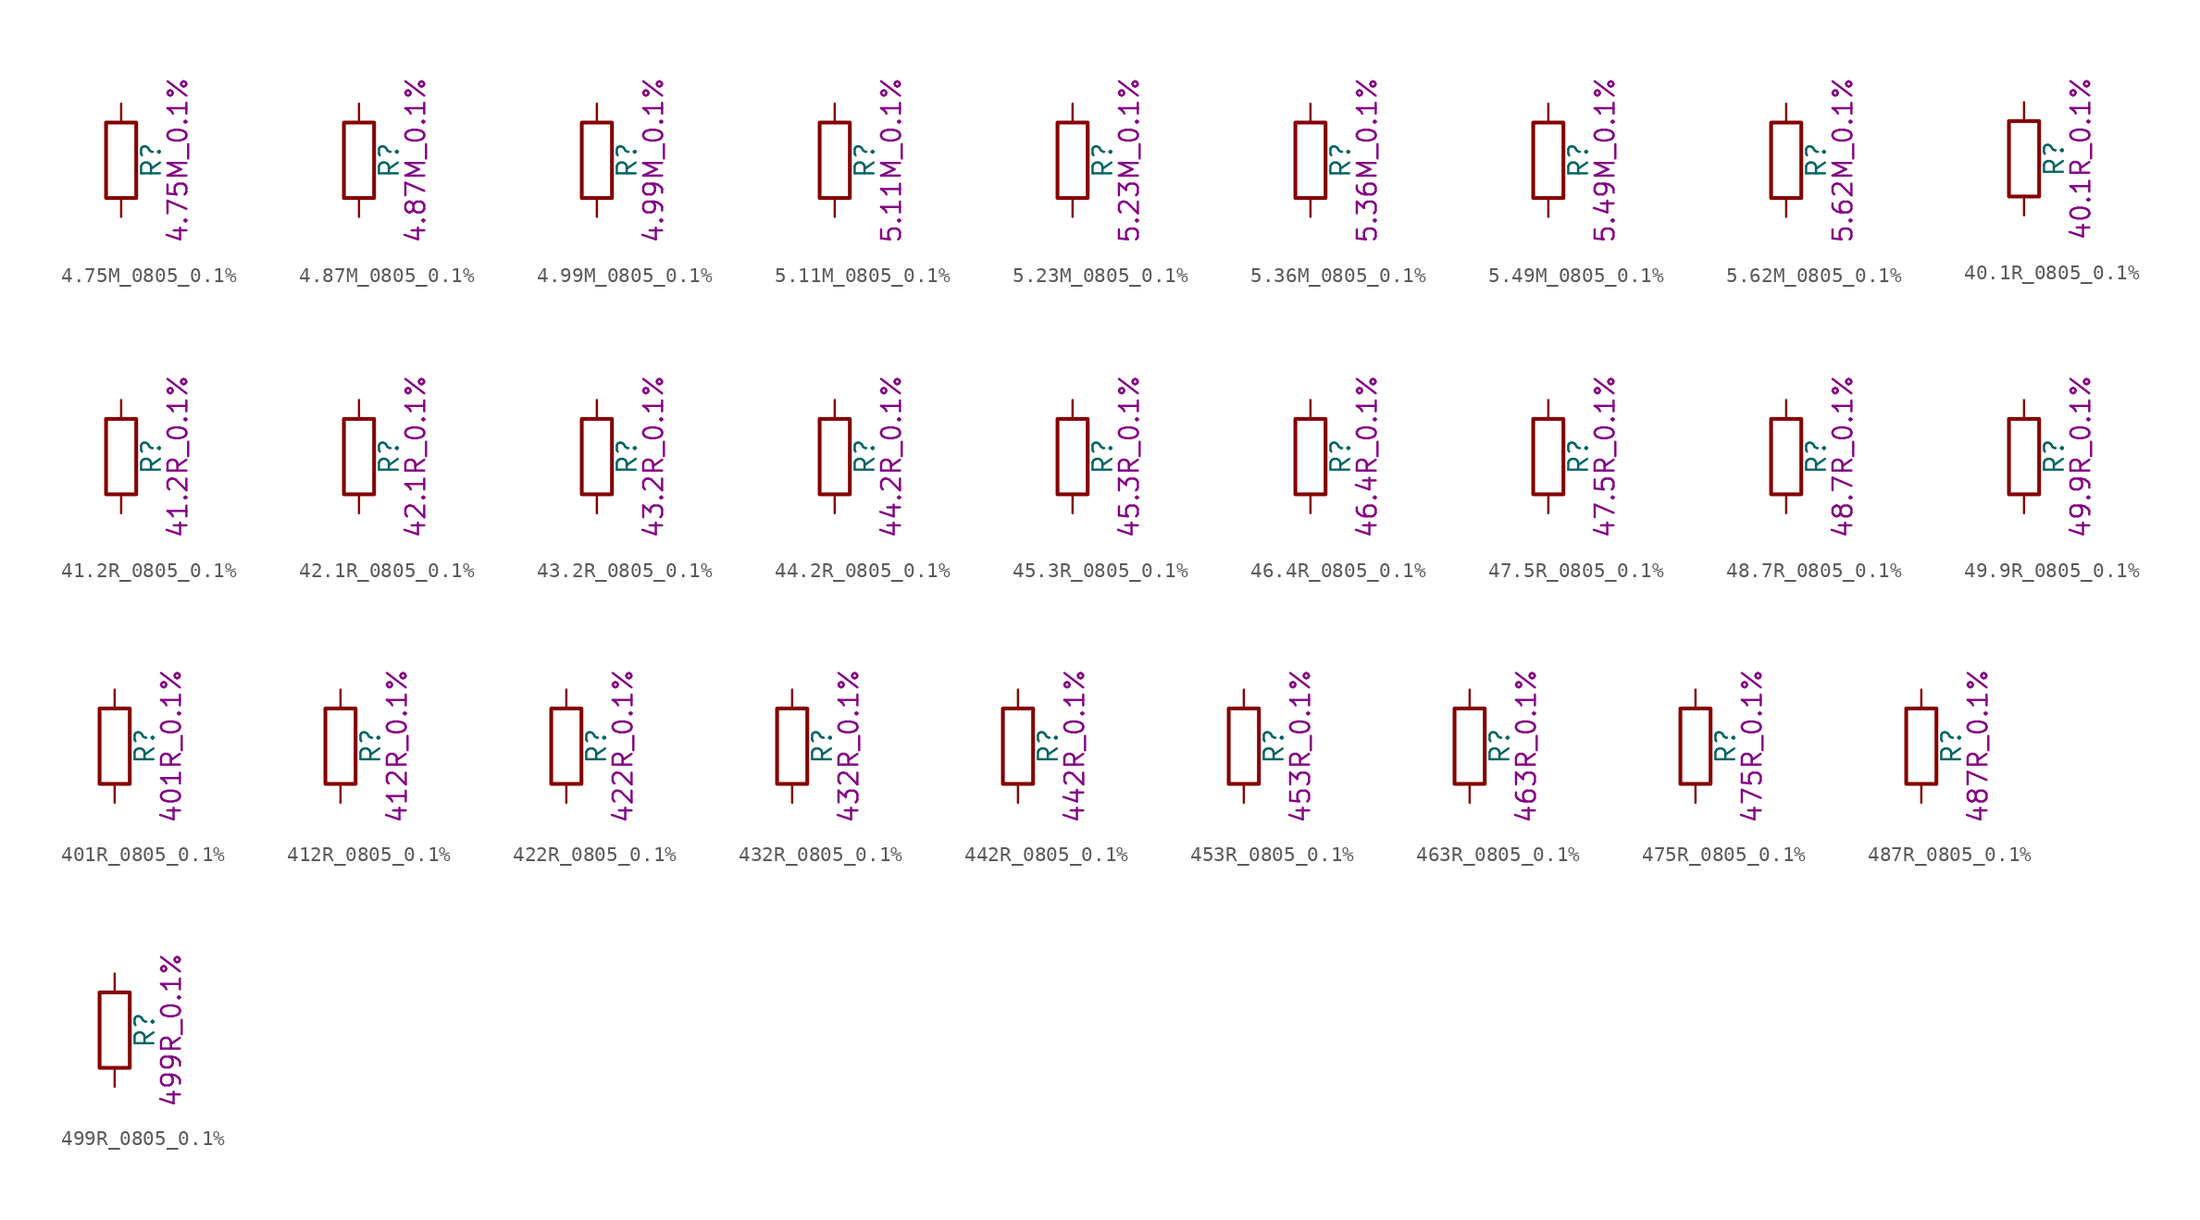
<source format=kicad_sym>
(kicad_symbol_lib
  (version 20211014)
  (generator kicad_symbol_editor)
  (symbol "4.75M_0805_0.1%"
    (pin_numbers hide)
    (pin_names
      (offset 0))
    (property "Reference" "R"
      (at 2.032 0 90)
      (effects (font (size 1.27 1.27))))
    (property "Display" "4.75M_0.1%"
      (at 3.81 0 90)
      (effects (font (size 1.27 1.27))))
    (symbol "4.75M_0805_0.1%_0_1"
      (rectangle (start -1.016 -2.54) (end 1.016 2.54) (stroke (width 0.254) (type default) (color 0 0 0 0)) (fill (type none))))
    (symbol "4.75M_0805_0.1%_1_1"
      (pin passive line (at 0 3.81 270) (length 1.27) (name "~" (effects (font (size 1.27 1.27)))) (number "1" (effects (font (size 1.27 1.27)))))
      (pin passive line (at 0 -3.81 90) (length 1.27) (name "~" (effects (font (size 1.27 1.27)))) (number "2" (effects (font (size 1.27 1.27)))))))
  (symbol "4.87M_0805_0.1%"
    (pin_numbers hide)
    (pin_names
      (offset 0))
    (property "Reference" "R"
      (at 2.032 0 90)
      (effects (font (size 1.27 1.27))))
    (property "Display" "4.87M_0.1%"
      (at 3.81 0 90)
      (effects (font (size 1.27 1.27))))
    (symbol "4.87M_0805_0.1%_0_1"
      (rectangle (start -1.016 -2.54) (end 1.016 2.54) (stroke (width 0.254) (type default) (color 0 0 0 0)) (fill (type none))))
    (symbol "4.87M_0805_0.1%_1_1"
      (pin passive line (at 0 3.81 270) (length 1.27) (name "~" (effects (font (size 1.27 1.27)))) (number "1" (effects (font (size 1.27 1.27)))))
      (pin passive line (at 0 -3.81 90) (length 1.27) (name "~" (effects (font (size 1.27 1.27)))) (number "2" (effects (font (size 1.27 1.27)))))))
  (symbol "4.99M_0805_0.1%"
    (pin_numbers hide)
    (pin_names
      (offset 0))
    (property "Reference" "R"
      (at 2.032 0 90)
      (effects (font (size 1.27 1.27))))
    (property "Display" "4.99M_0.1%"
      (at 3.81 0 90)
      (effects (font (size 1.27 1.27))))
    (symbol "4.99M_0805_0.1%_0_1"
      (rectangle (start -1.016 -2.54) (end 1.016 2.54) (stroke (width 0.254) (type default) (color 0 0 0 0)) (fill (type none))))
    (symbol "4.99M_0805_0.1%_1_1"
      (pin passive line (at 0 3.81 270) (length 1.27) (name "~" (effects (font (size 1.27 1.27)))) (number "1" (effects (font (size 1.27 1.27)))))
      (pin passive line (at 0 -3.81 90) (length 1.27) (name "~" (effects (font (size 1.27 1.27)))) (number "2" (effects (font (size 1.27 1.27)))))))
  (symbol "5.11M_0805_0.1%"
    (pin_numbers hide)
    (pin_names
      (offset 0))
    (property "Reference" "R"
      (at 2.032 0 90)
      (effects (font (size 1.27 1.27))))
    (property "Display" "5.11M_0.1%"
      (at 3.81 0 90)
      (effects (font (size 1.27 1.27))))
    (symbol "5.11M_0805_0.1%_0_1"
      (rectangle (start -1.016 -2.54) (end 1.016 2.54) (stroke (width 0.254) (type default) (color 0 0 0 0)) (fill (type none))))
    (symbol "5.11M_0805_0.1%_1_1"
      (pin passive line (at 0 3.81 270) (length 1.27) (name "~" (effects (font (size 1.27 1.27)))) (number "1" (effects (font (size 1.27 1.27)))))
      (pin passive line (at 0 -3.81 90) (length 1.27) (name "~" (effects (font (size 1.27 1.27)))) (number "2" (effects (font (size 1.27 1.27)))))))
  (symbol "5.23M_0805_0.1%"
    (pin_numbers hide)
    (pin_names
      (offset 0))
    (property "Reference" "R"
      (at 2.032 0 90)
      (effects (font (size 1.27 1.27))))
    (property "Display" "5.23M_0.1%"
      (at 3.81 0 90)
      (effects (font (size 1.27 1.27))))
    (symbol "5.23M_0805_0.1%_0_1"
      (rectangle (start -1.016 -2.54) (end 1.016 2.54) (stroke (width 0.254) (type default) (color 0 0 0 0)) (fill (type none))))
    (symbol "5.23M_0805_0.1%_1_1"
      (pin passive line (at 0 3.81 270) (length 1.27) (name "~" (effects (font (size 1.27 1.27)))) (number "1" (effects (font (size 1.27 1.27)))))
      (pin passive line (at 0 -3.81 90) (length 1.27) (name "~" (effects (font (size 1.27 1.27)))) (number "2" (effects (font (size 1.27 1.27)))))))
  (symbol "5.36M_0805_0.1%"
    (pin_numbers hide)
    (pin_names
      (offset 0))
    (property "Reference" "R"
      (at 2.032 0 90)
      (effects (font (size 1.27 1.27))))
    (property "Display" "5.36M_0.1%"
      (at 3.81 0 90)
      (effects (font (size 1.27 1.27))))
    (symbol "5.36M_0805_0.1%_0_1"
      (rectangle (start -1.016 -2.54) (end 1.016 2.54) (stroke (width 0.254) (type default) (color 0 0 0 0)) (fill (type none))))
    (symbol "5.36M_0805_0.1%_1_1"
      (pin passive line (at 0 3.81 270) (length 1.27) (name "~" (effects (font (size 1.27 1.27)))) (number "1" (effects (font (size 1.27 1.27)))))
      (pin passive line (at 0 -3.81 90) (length 1.27) (name "~" (effects (font (size 1.27 1.27)))) (number "2" (effects (font (size 1.27 1.27)))))))
  (symbol "5.49M_0805_0.1%"
    (pin_numbers hide)
    (pin_names
      (offset 0))
    (property "Reference" "R"
      (at 2.032 0 90)
      (effects (font (size 1.27 1.27))))
    (property "Display" "5.49M_0.1%"
      (at 3.81 0 90)
      (effects (font (size 1.27 1.27))))
    (symbol "5.49M_0805_0.1%_0_1"
      (rectangle (start -1.016 -2.54) (end 1.016 2.54) (stroke (width 0.254) (type default) (color 0 0 0 0)) (fill (type none))))
    (symbol "5.49M_0805_0.1%_1_1"
      (pin passive line (at 0 3.81 270) (length 1.27) (name "~" (effects (font (size 1.27 1.27)))) (number "1" (effects (font (size 1.27 1.27)))))
      (pin passive line (at 0 -3.81 90) (length 1.27) (name "~" (effects (font (size 1.27 1.27)))) (number "2" (effects (font (size 1.27 1.27)))))))
  (symbol "5.62M_0805_0.1%"
    (pin_numbers hide)
    (pin_names
      (offset 0))
    (property "Reference" "R"
      (at 2.032 0 90)
      (effects (font (size 1.27 1.27))))
    (property "Display" "5.62M_0.1%"
      (at 3.81 0 90)
      (effects (font (size 1.27 1.27))))
    (symbol "5.62M_0805_0.1%_0_1"
      (rectangle (start -1.016 -2.54) (end 1.016 2.54) (stroke (width 0.254) (type default) (color 0 0 0 0)) (fill (type none))))
    (symbol "5.62M_0805_0.1%_1_1"
      (pin passive line (at 0 3.81 270) (length 1.27) (name "~" (effects (font (size 1.27 1.27)))) (number "1" (effects (font (size 1.27 1.27)))))
      (pin passive line (at 0 -3.81 90) (length 1.27) (name "~" (effects (font (size 1.27 1.27)))) (number "2" (effects (font (size 1.27 1.27)))))))
  (symbol "40.1R_0805_0.1%"
    (pin_numbers hide)
    (pin_names
      (offset 0))
    (property "Reference" "R"
      (at 2.032 0 90)
      (effects (font (size 1.27 1.27))))
    (property "Display" "40.1R_0.1%"
      (at 3.81 0 90)
      (effects (font (size 1.27 1.27))))
    (symbol "40.1R_0805_0.1%_0_1"
      (rectangle (start -1.016 -2.54) (end 1.016 2.54) (stroke (width 0.254) (type default) (color 0 0 0 0)) (fill (type none))))
    (symbol "40.1R_0805_0.1%_1_1"
      (pin passive line (at 0 3.81 270) (length 1.27) (name "~" (effects (font (size 1.27 1.27)))) (number "1" (effects (font (size 1.27 1.27)))))
      (pin passive line (at 0 -3.81 90) (length 1.27) (name "~" (effects (font (size 1.27 1.27)))) (number "2" (effects (font (size 1.27 1.27)))))))
  (symbol "41.2R_0805_0.1%"
    (pin_numbers hide)
    (pin_names
      (offset 0))
    (property "Reference" "R"
      (at 2.032 0 90)
      (effects (font (size 1.27 1.27))))
    (property "Display" "41.2R_0.1%"
      (at 3.81 0 90)
      (effects (font (size 1.27 1.27))))
    (symbol "41.2R_0805_0.1%_0_1"
      (rectangle (start -1.016 -2.54) (end 1.016 2.54) (stroke (width 0.254) (type default) (color 0 0 0 0)) (fill (type none))))
    (symbol "41.2R_0805_0.1%_1_1"
      (pin passive line (at 0 3.81 270) (length 1.27) (name "~" (effects (font (size 1.27 1.27)))) (number "1" (effects (font (size 1.27 1.27)))))
      (pin passive line (at 0 -3.81 90) (length 1.27) (name "~" (effects (font (size 1.27 1.27)))) (number "2" (effects (font (size 1.27 1.27)))))))
  (symbol "42.1R_0805_0.1%"
    (pin_numbers hide)
    (pin_names
      (offset 0))
    (property "Reference" "R"
      (at 2.032 0 90)
      (effects (font (size 1.27 1.27))))
    (property "Display" "42.1R_0.1%"
      (at 3.81 0 90)
      (effects (font (size 1.27 1.27))))
    (symbol "42.1R_0805_0.1%_0_1"
      (rectangle (start -1.016 -2.54) (end 1.016 2.54) (stroke (width 0.254) (type default) (color 0 0 0 0)) (fill (type none))))
    (symbol "42.1R_0805_0.1%_1_1"
      (pin passive line (at 0 3.81 270) (length 1.27) (name "~" (effects (font (size 1.27 1.27)))) (number "1" (effects (font (size 1.27 1.27)))))
      (pin passive line (at 0 -3.81 90) (length 1.27) (name "~" (effects (font (size 1.27 1.27)))) (number "2" (effects (font (size 1.27 1.27)))))))
  (symbol "43.2R_0805_0.1%"
    (pin_numbers hide)
    (pin_names
      (offset 0))
    (property "Reference" "R"
      (at 2.032 0 90)
      (effects (font (size 1.27 1.27))))
    (property "Display" "43.2R_0.1%"
      (at 3.81 0 90)
      (effects (font (size 1.27 1.27))))
    (symbol "43.2R_0805_0.1%_0_1"
      (rectangle (start -1.016 -2.54) (end 1.016 2.54) (stroke (width 0.254) (type default) (color 0 0 0 0)) (fill (type none))))
    (symbol "43.2R_0805_0.1%_1_1"
      (pin passive line (at 0 3.81 270) (length 1.27) (name "~" (effects (font (size 1.27 1.27)))) (number "1" (effects (font (size 1.27 1.27)))))
      (pin passive line (at 0 -3.81 90) (length 1.27) (name "~" (effects (font (size 1.27 1.27)))) (number "2" (effects (font (size 1.27 1.27)))))))
  (symbol "44.2R_0805_0.1%"
    (pin_numbers hide)
    (pin_names
      (offset 0))
    (property "Reference" "R"
      (at 2.032 0 90)
      (effects (font (size 1.27 1.27))))
    (property "Display" "44.2R_0.1%"
      (at 3.81 0 90)
      (effects (font (size 1.27 1.27))))
    (symbol "44.2R_0805_0.1%_0_1"
      (rectangle (start -1.016 -2.54) (end 1.016 2.54) (stroke (width 0.254) (type default) (color 0 0 0 0)) (fill (type none))))
    (symbol "44.2R_0805_0.1%_1_1"
      (pin passive line (at 0 3.81 270) (length 1.27) (name "~" (effects (font (size 1.27 1.27)))) (number "1" (effects (font (size 1.27 1.27)))))
      (pin passive line (at 0 -3.81 90) (length 1.27) (name "~" (effects (font (size 1.27 1.27)))) (number "2" (effects (font (size 1.27 1.27)))))))
  (symbol "45.3R_0805_0.1%"
    (pin_numbers hide)
    (pin_names
      (offset 0))
    (property "Reference" "R"
      (at 2.032 0 90)
      (effects (font (size 1.27 1.27))))
    (property "Display" "45.3R_0.1%"
      (at 3.81 0 90)
      (effects (font (size 1.27 1.27))))
    (symbol "45.3R_0805_0.1%_0_1"
      (rectangle (start -1.016 -2.54) (end 1.016 2.54) (stroke (width 0.254) (type default) (color 0 0 0 0)) (fill (type none))))
    (symbol "45.3R_0805_0.1%_1_1"
      (pin passive line (at 0 3.81 270) (length 1.27) (name "~" (effects (font (size 1.27 1.27)))) (number "1" (effects (font (size 1.27 1.27)))))
      (pin passive line (at 0 -3.81 90) (length 1.27) (name "~" (effects (font (size 1.27 1.27)))) (number "2" (effects (font (size 1.27 1.27)))))))
  (symbol "46.4R_0805_0.1%"
    (pin_numbers hide)
    (pin_names
      (offset 0))
    (property "Reference" "R"
      (at 2.032 0 90)
      (effects (font (size 1.27 1.27))))
    (property "Display" "46.4R_0.1%"
      (at 3.81 0 90)
      (effects (font (size 1.27 1.27))))
    (symbol "46.4R_0805_0.1%_0_1"
      (rectangle (start -1.016 -2.54) (end 1.016 2.54) (stroke (width 0.254) (type default) (color 0 0 0 0)) (fill (type none))))
    (symbol "46.4R_0805_0.1%_1_1"
      (pin passive line (at 0 3.81 270) (length 1.27) (name "~" (effects (font (size 1.27 1.27)))) (number "1" (effects (font (size 1.27 1.27)))))
      (pin passive line (at 0 -3.81 90) (length 1.27) (name "~" (effects (font (size 1.27 1.27)))) (number "2" (effects (font (size 1.27 1.27)))))))
  (symbol "47.5R_0805_0.1%"
    (pin_numbers hide)
    (pin_names
      (offset 0))
    (property "Reference" "R"
      (at 2.032 0 90)
      (effects (font (size 1.27 1.27))))
    (property "Display" "47.5R_0.1%"
      (at 3.81 0 90)
      (effects (font (size 1.27 1.27))))
    (symbol "47.5R_0805_0.1%_0_1"
      (rectangle (start -1.016 -2.54) (end 1.016 2.54) (stroke (width 0.254) (type default) (color 0 0 0 0)) (fill (type none))))
    (symbol "47.5R_0805_0.1%_1_1"
      (pin passive line (at 0 3.81 270) (length 1.27) (name "~" (effects (font (size 1.27 1.27)))) (number "1" (effects (font (size 1.27 1.27)))))
      (pin passive line (at 0 -3.81 90) (length 1.27) (name "~" (effects (font (size 1.27 1.27)))) (number "2" (effects (font (size 1.27 1.27)))))))
  (symbol "48.7R_0805_0.1%"
    (pin_numbers hide)
    (pin_names
      (offset 0))
    (property "Reference" "R"
      (at 2.032 0 90)
      (effects (font (size 1.27 1.27))))
    (property "Display" "48.7R_0.1%"
      (at 3.81 0 90)
      (effects (font (size 1.27 1.27))))
    (symbol "48.7R_0805_0.1%_0_1"
      (rectangle (start -1.016 -2.54) (end 1.016 2.54) (stroke (width 0.254) (type default) (color 0 0 0 0)) (fill (type none))))
    (symbol "48.7R_0805_0.1%_1_1"
      (pin passive line (at 0 3.81 270) (length 1.27) (name "~" (effects (font (size 1.27 1.27)))) (number "1" (effects (font (size 1.27 1.27)))))
      (pin passive line (at 0 -3.81 90) (length 1.27) (name "~" (effects (font (size 1.27 1.27)))) (number "2" (effects (font (size 1.27 1.27)))))))
  (symbol "49.9R_0805_0.1%"
    (pin_numbers hide)
    (pin_names
      (offset 0))
    (property "Reference" "R"
      (at 2.032 0 90)
      (effects (font (size 1.27 1.27))))
    (property "Display" "49.9R_0.1%"
      (at 3.81 0 90)
      (effects (font (size 1.27 1.27))))
    (symbol "49.9R_0805_0.1%_0_1"
      (rectangle (start -1.016 -2.54) (end 1.016 2.54) (stroke (width 0.254) (type default) (color 0 0 0 0)) (fill (type none))))
    (symbol "49.9R_0805_0.1%_1_1"
      (pin passive line (at 0 3.81 270) (length 1.27) (name "~" (effects (font (size 1.27 1.27)))) (number "1" (effects (font (size 1.27 1.27)))))
      (pin passive line (at 0 -3.81 90) (length 1.27) (name "~" (effects (font (size 1.27 1.27)))) (number "2" (effects (font (size 1.27 1.27)))))))
  (symbol "401R_0805_0.1%"
    (pin_numbers hide)
    (pin_names
      (offset 0))
    (property "Reference" "R"
      (at 2.032 0 90)
      (effects (font (size 1.27 1.27))))
    (property "Display" "401R_0.1%"
      (at 3.81 0 90)
      (effects (font (size 1.27 1.27))))
    (symbol "401R_0805_0.1%_0_1"
      (rectangle (start -1.016 -2.54) (end 1.016 2.54) (stroke (width 0.254) (type default) (color 0 0 0 0)) (fill (type none))))
    (symbol "401R_0805_0.1%_1_1"
      (pin passive line (at 0 3.81 270) (length 1.27) (name "~" (effects (font (size 1.27 1.27)))) (number "1" (effects (font (size 1.27 1.27)))))
      (pin passive line (at 0 -3.81 90) (length 1.27) (name "~" (effects (font (size 1.27 1.27)))) (number "2" (effects (font (size 1.27 1.27)))))))
  (symbol "412R_0805_0.1%"
    (pin_numbers hide)
    (pin_names
      (offset 0))
    (property "Reference" "R"
      (at 2.032 0 90)
      (effects (font (size 1.27 1.27))))
    (property "Display" "412R_0.1%"
      (at 3.81 0 90)
      (effects (font (size 1.27 1.27))))
    (symbol "412R_0805_0.1%_0_1"
      (rectangle (start -1.016 -2.54) (end 1.016 2.54) (stroke (width 0.254) (type default) (color 0 0 0 0)) (fill (type none))))
    (symbol "412R_0805_0.1%_1_1"
      (pin passive line (at 0 3.81 270) (length 1.27) (name "~" (effects (font (size 1.27 1.27)))) (number "1" (effects (font (size 1.27 1.27)))))
      (pin passive line (at 0 -3.81 90) (length 1.27) (name "~" (effects (font (size 1.27 1.27)))) (number "2" (effects (font (size 1.27 1.27)))))))
  (symbol "422R_0805_0.1%"
    (pin_numbers hide)
    (pin_names
      (offset 0))
    (property "Reference" "R"
      (at 2.032 0 90)
      (effects (font (size 1.27 1.27))))
    (property "Display" "422R_0.1%"
      (at 3.81 0 90)
      (effects (font (size 1.27 1.27))))
    (symbol "422R_0805_0.1%_0_1"
      (rectangle (start -1.016 -2.54) (end 1.016 2.54) (stroke (width 0.254) (type default) (color 0 0 0 0)) (fill (type none))))
    (symbol "422R_0805_0.1%_1_1"
      (pin passive line (at 0 3.81 270) (length 1.27) (name "~" (effects (font (size 1.27 1.27)))) (number "1" (effects (font (size 1.27 1.27)))))
      (pin passive line (at 0 -3.81 90) (length 1.27) (name "~" (effects (font (size 1.27 1.27)))) (number "2" (effects (font (size 1.27 1.27)))))))
  (symbol "432R_0805_0.1%"
    (pin_numbers hide)
    (pin_names
      (offset 0))
    (property "Reference" "R"
      (at 2.032 0 90)
      (effects (font (size 1.27 1.27))))
    (property "Display" "432R_0.1%"
      (at 3.81 0 90)
      (effects (font (size 1.27 1.27))))
    (symbol "432R_0805_0.1%_0_1"
      (rectangle (start -1.016 -2.54) (end 1.016 2.54) (stroke (width 0.254) (type default) (color 0 0 0 0)) (fill (type none))))
    (symbol "432R_0805_0.1%_1_1"
      (pin passive line (at 0 3.81 270) (length 1.27) (name "~" (effects (font (size 1.27 1.27)))) (number "1" (effects (font (size 1.27 1.27)))))
      (pin passive line (at 0 -3.81 90) (length 1.27) (name "~" (effects (font (size 1.27 1.27)))) (number "2" (effects (font (size 1.27 1.27)))))))
  (symbol "442R_0805_0.1%"
    (pin_numbers hide)
    (pin_names
      (offset 0))
    (property "Reference" "R"
      (at 2.032 0 90)
      (effects (font (size 1.27 1.27))))
    (property "Display" "442R_0.1%"
      (at 3.81 0 90)
      (effects (font (size 1.27 1.27))))
    (symbol "442R_0805_0.1%_0_1"
      (rectangle (start -1.016 -2.54) (end 1.016 2.54) (stroke (width 0.254) (type default) (color 0 0 0 0)) (fill (type none))))
    (symbol "442R_0805_0.1%_1_1"
      (pin passive line (at 0 3.81 270) (length 1.27) (name "~" (effects (font (size 1.27 1.27)))) (number "1" (effects (font (size 1.27 1.27)))))
      (pin passive line (at 0 -3.81 90) (length 1.27) (name "~" (effects (font (size 1.27 1.27)))) (number "2" (effects (font (size 1.27 1.27)))))))
  (symbol "453R_0805_0.1%"
    (pin_numbers hide)
    (pin_names
      (offset 0))
    (property "Reference" "R"
      (at 2.032 0 90)
      (effects (font (size 1.27 1.27))))
    (property "Display" "453R_0.1%"
      (at 3.81 0 90)
      (effects (font (size 1.27 1.27))))
    (symbol "453R_0805_0.1%_0_1"
      (rectangle (start -1.016 -2.54) (end 1.016 2.54) (stroke (width 0.254) (type default) (color 0 0 0 0)) (fill (type none))))
    (symbol "453R_0805_0.1%_1_1"
      (pin passive line (at 0 3.81 270) (length 1.27) (name "~" (effects (font (size 1.27 1.27)))) (number "1" (effects (font (size 1.27 1.27)))))
      (pin passive line (at 0 -3.81 90) (length 1.27) (name "~" (effects (font (size 1.27 1.27)))) (number "2" (effects (font (size 1.27 1.27)))))))
  (symbol "463R_0805_0.1%"
    (pin_numbers hide)
    (pin_names
      (offset 0))
    (property "Reference" "R"
      (at 2.032 0 90)
      (effects (font (size 1.27 1.27))))
    (property "Display" "463R_0.1%"
      (at 3.81 0 90)
      (effects (font (size 1.27 1.27))))
    (symbol "463R_0805_0.1%_0_1"
      (rectangle (start -1.016 -2.54) (end 1.016 2.54) (stroke (width 0.254) (type default) (color 0 0 0 0)) (fill (type none))))
    (symbol "463R_0805_0.1%_1_1"
      (pin passive line (at 0 3.81 270) (length 1.27) (name "~" (effects (font (size 1.27 1.27)))) (number "1" (effects (font (size 1.27 1.27)))))
      (pin passive line (at 0 -3.81 90) (length 1.27) (name "~" (effects (font (size 1.27 1.27)))) (number "2" (effects (font (size 1.27 1.27)))))))
  (symbol "475R_0805_0.1%"
    (pin_numbers hide)
    (pin_names
      (offset 0))
    (property "Reference" "R"
      (at 2.032 0 90)
      (effects (font (size 1.27 1.27))))
    (property "Display" "475R_0.1%"
      (at 3.81 0 90)
      (effects (font (size 1.27 1.27))))
    (symbol "475R_0805_0.1%_0_1"
      (rectangle (start -1.016 -2.54) (end 1.016 2.54) (stroke (width 0.254) (type default) (color 0 0 0 0)) (fill (type none))))
    (symbol "475R_0805_0.1%_1_1"
      (pin passive line (at 0 3.81 270) (length 1.27) (name "~" (effects (font (size 1.27 1.27)))) (number "1" (effects (font (size 1.27 1.27)))))
      (pin passive line (at 0 -3.81 90) (length 1.27) (name "~" (effects (font (size 1.27 1.27)))) (number "2" (effects (font (size 1.27 1.27)))))))
  (symbol "487R_0805_0.1%"
    (pin_numbers hide)
    (pin_names
      (offset 0))
    (property "Reference" "R"
      (at 2.032 0 90)
      (effects (font (size 1.27 1.27))))
    (property "Display" "487R_0.1%"
      (at 3.81 0 90)
      (effects (font (size 1.27 1.27))))
    (symbol "487R_0805_0.1%_0_1"
      (rectangle (start -1.016 -2.54) (end 1.016 2.54) (stroke (width 0.254) (type default) (color 0 0 0 0)) (fill (type none))))
    (symbol "487R_0805_0.1%_1_1"
      (pin passive line (at 0 3.81 270) (length 1.27) (name "~" (effects (font (size 1.27 1.27)))) (number "1" (effects (font (size 1.27 1.27)))))
      (pin passive line (at 0 -3.81 90) (length 1.27) (name "~" (effects (font (size 1.27 1.27)))) (number "2" (effects (font (size 1.27 1.27)))))))
  (symbol "499R_0805_0.1%"
    (pin_numbers hide)
    (pin_names
      (offset 0))
    (property "Reference" "R"
      (at 2.032 0 90)
      (effects (font (size 1.27 1.27))))
    (property "Display" "499R_0.1%"
      (at 3.81 0 90)
      (effects (font (size 1.27 1.27))))
    (symbol "499R_0805_0.1%_0_1"
      (rectangle (start -1.016 -2.54) (end 1.016 2.54) (stroke (width 0.254) (type default) (color 0 0 0 0)) (fill (type none))))
    (symbol "499R_0805_0.1%_1_1"
      (pin passive line (at 0 3.81 270) (length 1.27) (name "~" (effects (font (size 1.27 1.27)))) (number "1" (effects (font (size 1.27 1.27)))))
      (pin passive line (at 0 -3.81 90) (length 1.27) (name "~" (effects (font (size 1.27 1.27)))) (number "2" (effects (font (size 1.27 1.27))))))))
</source>
